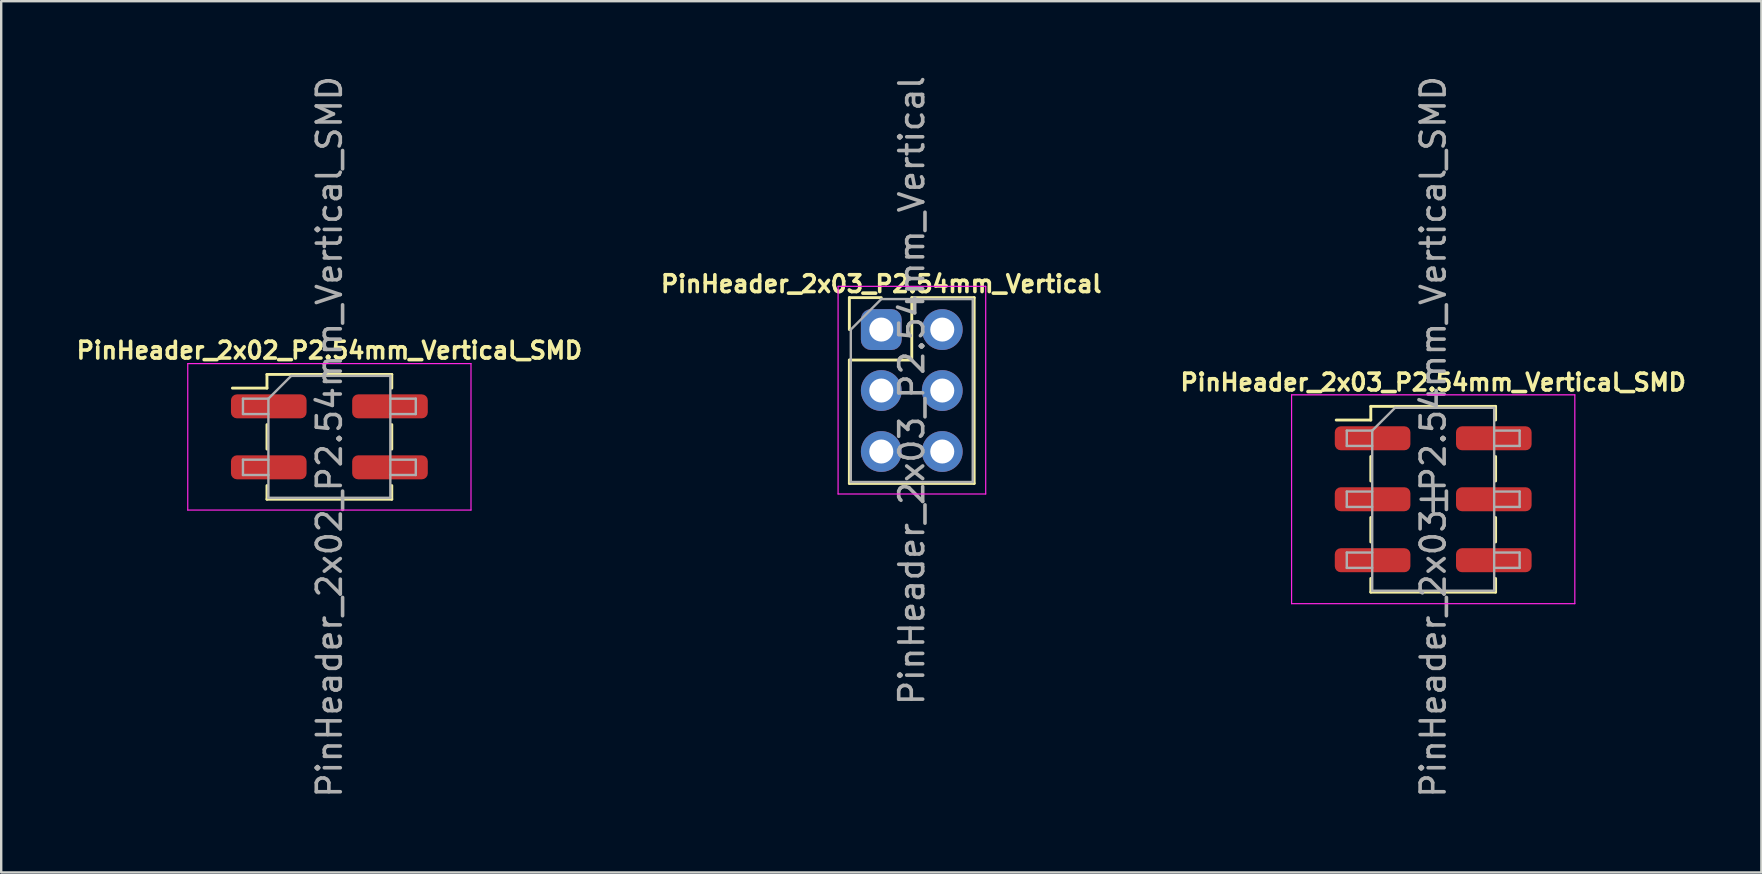
<source format=kicad_pcb>
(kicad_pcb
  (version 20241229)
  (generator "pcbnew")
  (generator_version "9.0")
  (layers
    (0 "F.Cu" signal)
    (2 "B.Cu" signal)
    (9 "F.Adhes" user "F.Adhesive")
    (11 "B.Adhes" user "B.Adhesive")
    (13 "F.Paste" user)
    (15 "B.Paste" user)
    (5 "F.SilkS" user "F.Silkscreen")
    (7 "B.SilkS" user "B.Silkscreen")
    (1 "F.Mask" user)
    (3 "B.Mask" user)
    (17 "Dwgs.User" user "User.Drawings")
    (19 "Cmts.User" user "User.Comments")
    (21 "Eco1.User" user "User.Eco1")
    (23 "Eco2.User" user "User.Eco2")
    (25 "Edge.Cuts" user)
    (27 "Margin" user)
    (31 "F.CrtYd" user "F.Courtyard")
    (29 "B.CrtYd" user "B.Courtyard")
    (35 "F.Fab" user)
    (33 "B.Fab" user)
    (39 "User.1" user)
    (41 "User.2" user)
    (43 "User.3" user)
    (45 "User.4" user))
  (footprint "PinHeader_2x03_P2.54mm_Vertical"
    (layer "F.Cu")
    (at 33.665 10.68)
    (property "Reference" "PinHeader_2x03_P2.54mm_Vertical" (at 0 -1.9 0) (layer "F.SilkS") (effects (font (size 0.7 0.7) (thickness 0.15))))
    (attr through_hole)
    (fp_line (start -1.33 -1.33) (end 0 -1.33) (stroke (width 0.12) (type solid)) (layer "F.SilkS"))
    (fp_line (start -1.33 0) (end -1.33 -1.33) (stroke (width 0.12) (type solid)) (layer "F.SilkS"))
    (fp_line (start -1.33 1.27) (end -1.33 6.41) (stroke (width 0.12) (type solid)) (layer "F.SilkS"))
    (fp_line (start -1.33 1.27) (end 1.27 1.27) (stroke (width 0.12) (type solid)) (layer "F.SilkS"))
    (fp_line (start -1.33 6.41) (end 3.87 6.41) (stroke (width 0.12) (type solid)) (layer "F.SilkS"))
    (fp_line (start 1.27 -1.33) (end 3.87 -1.33) (stroke (width 0.12) (type solid)) (layer "F.SilkS"))
    (fp_line (start 1.27 1.27) (end 1.27 -1.33) (stroke (width 0.12) (type solid)) (layer "F.SilkS"))
    (fp_line (start 3.87 -1.33) (end 3.87 6.41) (stroke (width 0.12) (type solid)) (layer "F.SilkS"))
    (fp_line (start -1.8 -1.8) (end -1.8 6.85) (stroke (width 0.05) (type solid)) (layer "F.CrtYd"))
    (fp_line (start -1.8 6.85) (end 4.35 6.85) (stroke (width 0.05) (type solid)) (layer "F.CrtYd"))
    (fp_line (start 4.35 -1.8) (end -1.8 -1.8) (stroke (width 0.05) (type solid)) (layer "F.CrtYd"))
    (fp_line (start 4.35 6.85) (end 4.35 -1.8) (stroke (width 0.05) (type solid)) (layer "F.CrtYd"))
    (fp_line (start -1.27 0) (end 0 -1.27) (stroke (width 0.1) (type solid)) (layer "F.Fab"))
    (fp_line (start -1.27 6.35) (end -1.27 0) (stroke (width 0.1) (type solid)) (layer "F.Fab"))
    (fp_line (start 0 -1.27) (end 3.81 -1.27) (stroke (width 0.1) (type solid)) (layer "F.Fab"))
    (fp_line (start 3.81 -1.27) (end 3.81 6.35) (stroke (width 0.1) (type solid)) (layer "F.Fab"))
    (fp_line (start 3.81 6.35) (end -1.27 6.35) (stroke (width 0.1) (type solid)) (layer "F.Fab"))
    (fp_text user "${REFERENCE}" (at 1.27 2.54 90) (layer "F.Fab") (effects (font (size 1 1) (thickness 0.15))))
    (pad "1" thru_hole roundrect (at 0 0) (size 1.7 1.7) (drill 1) (layers "*.Cu" "*.Mask") (roundrect_rratio 0.25))
    (pad "2" thru_hole oval (at 2.54 0) (size 1.7 1.7) (drill 1) (layers "*.Cu" "*.Mask"))
    (pad "3" thru_hole oval (at 0 2.54) (size 1.7 1.7) (drill 1) (layers "*.Cu" "*.Mask"))
    (pad "4" thru_hole oval (at 2.54 2.54) (size 1.7 1.7) (drill 1) (layers "*.Cu" "*.Mask"))
    (pad "5" thru_hole oval (at 0 5.08) (size 1.7 1.7) (drill 1) (layers "*.Cu" "*.Mask"))
    (pad "6" thru_hole oval (at 2.54 5.08) (size 1.7 1.7) (drill 1) (layers "*.Cu" "*.Mask")))
  (footprint "PinHeader_2x02_P2.54mm_Vertical_SMD"
    (layer "F.Cu")
    (at 10.672 15.149)
    (property "Reference" "PinHeader_2x02_P2.54mm_Vertical_SMD" (at 0 -3.6 0) (layer "F.SilkS") (effects (font (size 0.7 0.7) (thickness 0.15))))
    (attr smd)
    (fp_line (start -4.04 -2.03) (end -2.6 -2.03) (stroke (width 0.12) (type solid)) (layer "F.SilkS"))
    (fp_line (start -2.6 -2.6) (end -2.6 -2.03) (stroke (width 0.12) (type solid)) (layer "F.SilkS"))
    (fp_line (start -2.6 -2.6) (end 2.6 -2.6) (stroke (width 0.12) (type solid)) (layer "F.SilkS"))
    (fp_line (start -2.6 -0.51) (end -2.6 0.51) (stroke (width 0.12) (type solid)) (layer "F.SilkS"))
    (fp_line (start -2.6 2.03) (end -2.6 2.6) (stroke (width 0.12) (type solid)) (layer "F.SilkS"))
    (fp_line (start -2.6 2.6) (end 2.6 2.6) (stroke (width 0.12) (type solid)) (layer "F.SilkS"))
    (fp_line (start 2.6 -2.6) (end 2.6 -2.03) (stroke (width 0.12) (type solid)) (layer "F.SilkS"))
    (fp_line (start 2.6 -0.51) (end 2.6 0.51) (stroke (width 0.12) (type solid)) (layer "F.SilkS"))
    (fp_line (start 2.6 2.03) (end 2.6 2.6) (stroke (width 0.12) (type solid)) (layer "F.SilkS"))
    (fp_line (start -5.9 -3.05) (end -5.9 3.05) (stroke (width 0.05) (type solid)) (layer "F.CrtYd"))
    (fp_line (start -5.9 3.05) (end 5.9 3.05) (stroke (width 0.05) (type solid)) (layer "F.CrtYd"))
    (fp_line (start 5.9 -3.05) (end -5.9 -3.05) (stroke (width 0.05) (type solid)) (layer "F.CrtYd"))
    (fp_line (start 5.9 3.05) (end 5.9 -3.05) (stroke (width 0.05) (type solid)) (layer "F.CrtYd"))
    (fp_line (start -3.6 -1.59) (end -3.6 -0.95) (stroke (width 0.1) (type solid)) (layer "F.Fab"))
    (fp_line (start -3.6 -0.95) (end -2.54 -0.95) (stroke (width 0.1) (type solid)) (layer "F.Fab"))
    (fp_line (start -3.6 0.95) (end -3.6 1.59) (stroke (width 0.1) (type solid)) (layer "F.Fab"))
    (fp_line (start -3.6 1.59) (end -2.54 1.59) (stroke (width 0.1) (type solid)) (layer "F.Fab"))
    (fp_line (start -2.54 -1.59) (end -3.6 -1.59) (stroke (width 0.1) (type solid)) (layer "F.Fab"))
    (fp_line (start -2.54 -1.59) (end -1.59 -2.54) (stroke (width 0.1) (type solid)) (layer "F.Fab"))
    (fp_line (start -2.54 0.95) (end -3.6 0.95) (stroke (width 0.1) (type solid)) (layer "F.Fab"))
    (fp_line (start -2.54 2.54) (end -2.54 -1.59) (stroke (width 0.1) (type solid)) (layer "F.Fab"))
    (fp_line (start -1.59 -2.54) (end 2.54 -2.54) (stroke (width 0.1) (type solid)) (layer "F.Fab"))
    (fp_line (start 2.54 -2.54) (end 2.54 2.54) (stroke (width 0.1) (type solid)) (layer "F.Fab"))
    (fp_line (start 2.54 -1.59) (end 3.6 -1.59) (stroke (width 0.1) (type solid)) (layer "F.Fab"))
    (fp_line (start 2.54 0.95) (end 3.6 0.95) (stroke (width 0.1) (type solid)) (layer "F.Fab"))
    (fp_line (start 2.54 2.54) (end -2.54 2.54) (stroke (width 0.1) (type solid)) (layer "F.Fab"))
    (fp_line (start 3.6 -1.59) (end 3.6 -0.95) (stroke (width 0.1) (type solid)) (layer "F.Fab"))
    (fp_line (start 3.6 -0.95) (end 2.54 -0.95) (stroke (width 0.1) (type solid)) (layer "F.Fab"))
    (fp_line (start 3.6 0.95) (end 3.6 1.59) (stroke (width 0.1) (type solid)) (layer "F.Fab"))
    (fp_line (start 3.6 1.59) (end 2.54 1.59) (stroke (width 0.1) (type solid)) (layer "F.Fab"))
    (fp_text user "${REFERENCE}" (at 0 0 90) (layer "F.Fab") (effects (font (size 1 1) (thickness 0.15))))
    (pad "1" smd roundrect (at -2.525 -1.27) (size 3.15 1) (layers "F.Cu" "F.Mask" "F.Paste") (roundrect_rratio 0.25))
    (pad "2" smd roundrect (at 2.525 -1.27) (size 3.15 1) (layers "F.Cu" "F.Mask" "F.Paste") (roundrect_rratio 0.25))
    (pad "3" smd roundrect (at -2.525 1.27) (size 3.15 1) (layers "F.Cu" "F.Mask" "F.Paste") (roundrect_rratio 0.25))
    (pad "4" smd roundrect (at 2.525 1.27) (size 3.15 1) (layers "F.Cu" "F.Mask" "F.Paste") (roundrect_rratio 0.25)))
  (footprint "PinHeader_2x03_P2.54mm_Vertical_SMD"
    (layer "F.Cu")
    (at 56.658 17.749)
    (property "Reference" "PinHeader_2x03_P2.54mm_Vertical_SMD" (at 0 -4.87 0) (layer "F.SilkS") (effects (font (size 0.7 0.7) (thickness 0.15))))
    (attr smd)
    (fp_line (start -4.04 -3.3) (end -2.6 -3.3) (stroke (width 0.12) (type solid)) (layer "F.SilkS"))
    (fp_line (start -2.6 -3.87) (end -2.6 -3.3) (stroke (width 0.12) (type solid)) (layer "F.SilkS"))
    (fp_line (start -2.6 -3.87) (end 2.6 -3.87) (stroke (width 0.12) (type solid)) (layer "F.SilkS"))
    (fp_line (start -2.6 -1.78) (end -2.6 -0.76) (stroke (width 0.12) (type solid)) (layer "F.SilkS"))
    (fp_line (start -2.6 0.76) (end -2.6 1.78) (stroke (width 0.12) (type solid)) (layer "F.SilkS"))
    (fp_line (start -2.6 3.3) (end -2.6 3.87) (stroke (width 0.12) (type solid)) (layer "F.SilkS"))
    (fp_line (start -2.6 3.87) (end 2.6 3.87) (stroke (width 0.12) (type solid)) (layer "F.SilkS"))
    (fp_line (start 2.6 -3.87) (end 2.6 -3.3) (stroke (width 0.12) (type solid)) (layer "F.SilkS"))
    (fp_line (start 2.6 -1.78) (end 2.6 -0.76) (stroke (width 0.12) (type solid)) (layer "F.SilkS"))
    (fp_line (start 2.6 0.76) (end 2.6 1.78) (stroke (width 0.12) (type solid)) (layer "F.SilkS"))
    (fp_line (start 2.6 3.3) (end 2.6 3.87) (stroke (width 0.12) (type solid)) (layer "F.SilkS"))
    (fp_line (start -5.9 -4.35) (end -5.9 4.35) (stroke (width 0.05) (type solid)) (layer "F.CrtYd"))
    (fp_line (start -5.9 4.35) (end 5.9 4.35) (stroke (width 0.05) (type solid)) (layer "F.CrtYd"))
    (fp_line (start 5.9 -4.35) (end -5.9 -4.35) (stroke (width 0.05) (type solid)) (layer "F.CrtYd"))
    (fp_line (start 5.9 4.35) (end 5.9 -4.35) (stroke (width 0.05) (type solid)) (layer "F.CrtYd"))
    (fp_line (start -3.6 -2.86) (end -3.6 -2.22) (stroke (width 0.1) (type solid)) (layer "F.Fab"))
    (fp_line (start -3.6 -2.22) (end -2.54 -2.22) (stroke (width 0.1) (type solid)) (layer "F.Fab"))
    (fp_line (start -3.6 -0.32) (end -3.6 0.32) (stroke (width 0.1) (type solid)) (layer "F.Fab"))
    (fp_line (start -3.6 0.32) (end -2.54 0.32) (stroke (width 0.1) (type solid)) (layer "F.Fab"))
    (fp_line (start -3.6 2.22) (end -3.6 2.86) (stroke (width 0.1) (type solid)) (layer "F.Fab"))
    (fp_line (start -3.6 2.86) (end -2.54 2.86) (stroke (width 0.1) (type solid)) (layer "F.Fab"))
    (fp_line (start -2.54 -2.86) (end -3.6 -2.86) (stroke (width 0.1) (type solid)) (layer "F.Fab"))
    (fp_line (start -2.54 -2.86) (end -1.59 -3.81) (stroke (width 0.1) (type solid)) (layer "F.Fab"))
    (fp_line (start -2.54 -0.32) (end -3.6 -0.32) (stroke (width 0.1) (type solid)) (layer "F.Fab"))
    (fp_line (start -2.54 2.22) (end -3.6 2.22) (stroke (width 0.1) (type solid)) (layer "F.Fab"))
    (fp_line (start -2.54 3.81) (end -2.54 -2.86) (stroke (width 0.1) (type solid)) (layer "F.Fab"))
    (fp_line (start -1.59 -3.81) (end 2.54 -3.81) (stroke (width 0.1) (type solid)) (layer "F.Fab"))
    (fp_line (start -0.5 0) (end 0.5 0) (stroke (width 0.15) (type solid)) (layer "F.Fab"))
    (fp_line (start 0 -0.5) (end 0 0.5) (stroke (width 0.15) (type solid)) (layer "F.Fab"))
    (fp_line (start 2.54 -3.81) (end 2.54 3.81) (stroke (width 0.1) (type solid)) (layer "F.Fab"))
    (fp_line (start 2.54 -2.86) (end 3.6 -2.86) (stroke (width 0.1) (type solid)) (layer "F.Fab"))
    (fp_line (start 2.54 -0.32) (end 3.6 -0.32) (stroke (width 0.1) (type solid)) (layer "F.Fab"))
    (fp_line (start 2.54 2.22) (end 3.6 2.22) (stroke (width 0.1) (type solid)) (layer "F.Fab"))
    (fp_line (start 2.54 3.81) (end -2.54 3.81) (stroke (width 0.1) (type solid)) (layer "F.Fab"))
    (fp_line (start 3.6 -2.86) (end 3.6 -2.22) (stroke (width 0.1) (type solid)) (layer "F.Fab"))
    (fp_line (start 3.6 -2.22) (end 2.54 -2.22) (stroke (width 0.1) (type solid)) (layer "F.Fab"))
    (fp_line (start 3.6 -0.32) (end 3.6 0.32) (stroke (width 0.1) (type solid)) (layer "F.Fab"))
    (fp_line (start 3.6 0.32) (end 2.54 0.32) (stroke (width 0.1) (type solid)) (layer "F.Fab"))
    (fp_line (start 3.6 2.22) (end 3.6 2.86) (stroke (width 0.1) (type solid)) (layer "F.Fab"))
    (fp_line (start 3.6 2.86) (end 2.54 2.86) (stroke (width 0.1) (type solid)) (layer "F.Fab"))
    (fp_text user "${REFERENCE}" (at 0 -2.6 90) (layer "F.Fab") (effects (font (size 1 1) (thickness 0.15))))
    (pad "1" smd roundrect (at -2.525 -2.54) (size 3.15 1) (layers "F.Cu" "F.Mask" "F.Paste") (roundrect_rratio 0.25))
    (pad "2" smd roundrect (at 2.525 -2.54) (size 3.15 1) (layers "F.Cu" "F.Mask" "F.Paste") (roundrect_rratio 0.25))
    (pad "3" smd roundrect (at -2.525 0) (size 3.15 1) (layers "F.Cu" "F.Mask" "F.Paste") (roundrect_rratio 0.25))
    (pad "4" smd roundrect (at 2.525 0) (size 3.15 1) (layers "F.Cu" "F.Mask" "F.Paste") (roundrect_rratio 0.25))
    (pad "5" smd roundrect (at -2.525 2.54) (size 3.15 1) (layers "F.Cu" "F.Mask" "F.Paste") (roundrect_rratio 0.25))
    (pad "6" smd roundrect (at 2.525 2.54) (size 3.15 1) (layers "F.Cu" "F.Mask" "F.Paste") (roundrect_rratio 0.25)))
  (gr_rect
    (start -3 -3)
    (end 70.33 33.298)
    (stroke (width 0.1) (type default))
    (fill no)
    (layer "Edge.Cuts")))
</source>
